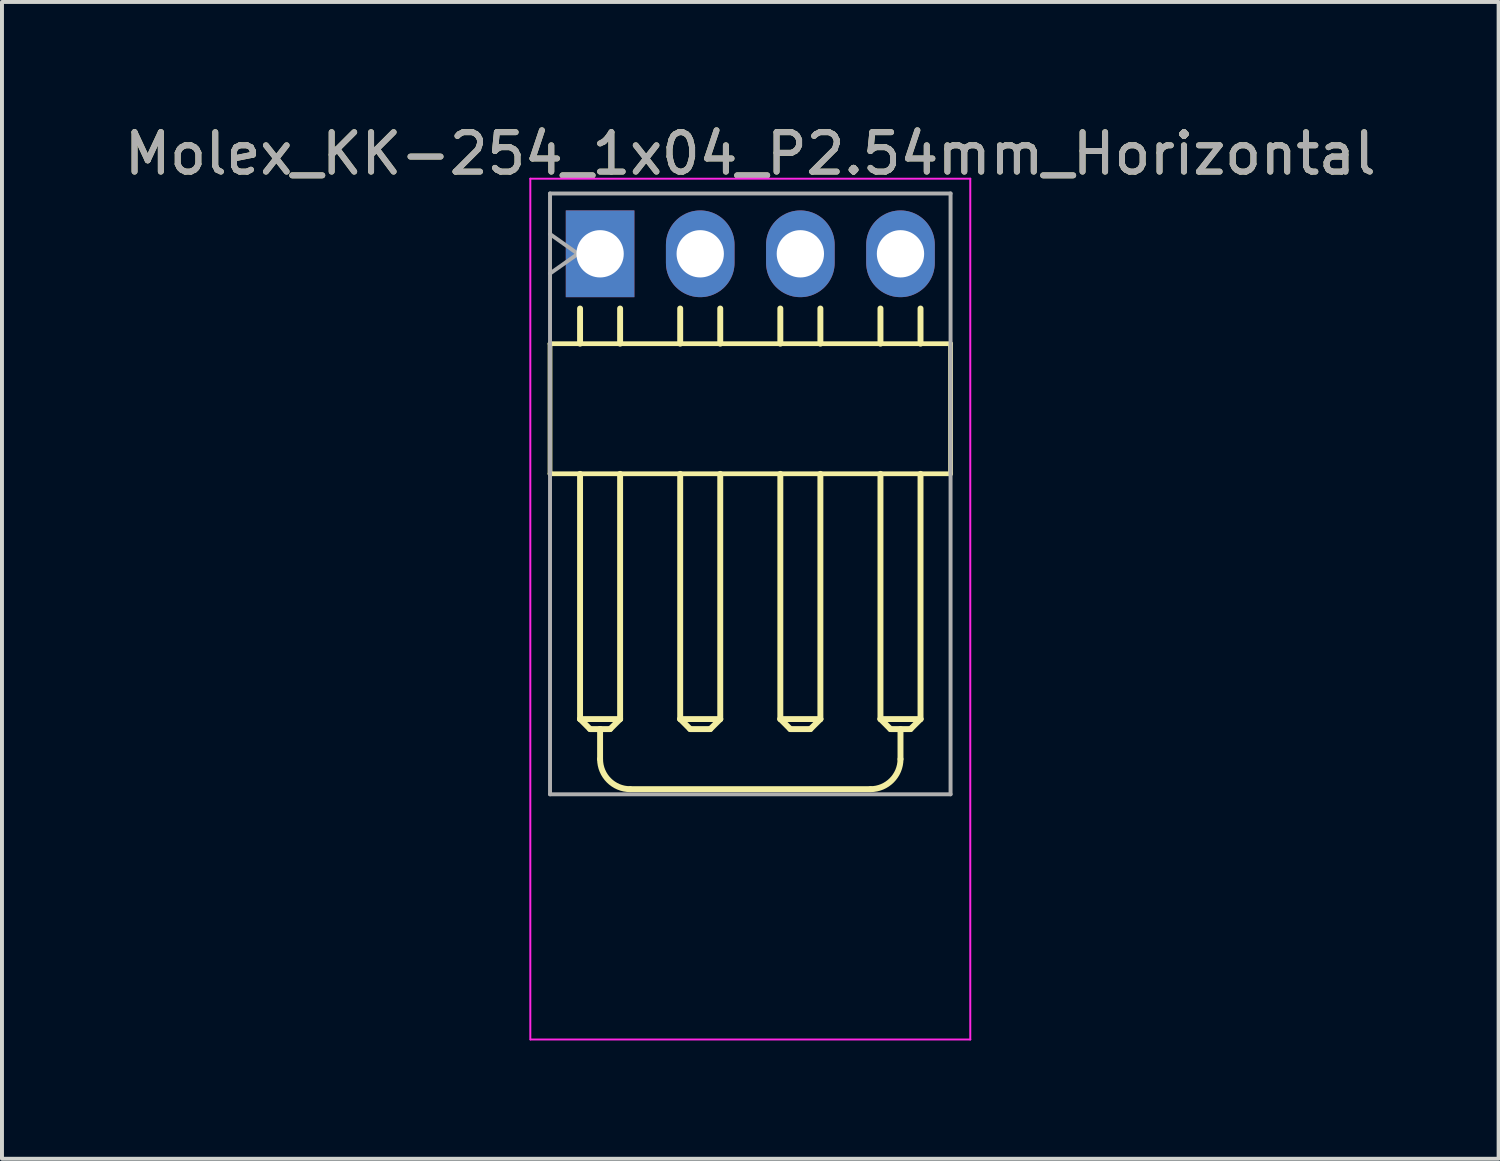
<source format=kicad_pcb>
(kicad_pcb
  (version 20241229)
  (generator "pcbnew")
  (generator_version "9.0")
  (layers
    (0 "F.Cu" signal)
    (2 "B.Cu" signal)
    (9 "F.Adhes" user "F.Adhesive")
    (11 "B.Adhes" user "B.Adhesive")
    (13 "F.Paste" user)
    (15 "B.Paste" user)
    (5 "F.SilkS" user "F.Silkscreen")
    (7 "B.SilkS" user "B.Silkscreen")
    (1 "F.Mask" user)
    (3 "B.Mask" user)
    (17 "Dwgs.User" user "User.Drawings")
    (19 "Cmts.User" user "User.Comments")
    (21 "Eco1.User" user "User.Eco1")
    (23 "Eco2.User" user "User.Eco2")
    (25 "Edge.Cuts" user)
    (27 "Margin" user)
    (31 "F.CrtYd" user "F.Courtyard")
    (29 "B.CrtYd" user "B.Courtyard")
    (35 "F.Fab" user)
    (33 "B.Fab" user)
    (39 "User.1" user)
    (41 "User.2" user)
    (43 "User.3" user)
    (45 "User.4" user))
  (footprint "Molex_KK-254_1x04_P2.54mm_Horizontal"
    (layer "F.Cu")
    (at 12.172 3.388)
    (property "Reference" "Molex_KK-254_1x04_P2.54mm_Horizontal" (at 3.81 -2.54 0) (layer "F.SilkS") (effects (font (size 1 1) (thickness 0.15))))
    (attr through_hole)
    (fp_line (start -1.27 2.28) (end -1.27 5.58) (stroke (width 0.12) (type solid)) (layer "F.SilkS"))
    (fp_line (start -1.27 2.28) (end 8.89 2.28) (stroke (width 0.12) (type solid)) (layer "F.SilkS"))
    (fp_line (start -0.508 1.388) (end -0.508 2.28) (stroke (width 0.15) (type solid)) (layer "F.SilkS"))
    (fp_line (start -0.508 11.802) (end -0.508 5.582) (stroke (width 0.15) (type solid)) (layer "F.SilkS"))
    (fp_line (start -0.508 11.802) (end 0.508 11.802) (stroke (width 0.15) (type solid)) (layer "F.SilkS"))
    (fp_line (start -0.254 12.056) (end -0.508 11.802) (stroke (width 0.15) (type solid)) (layer "F.SilkS"))
    (fp_line (start 0 12.056) (end -0.254 12.056) (stroke (width 0.15) (type solid)) (layer "F.SilkS"))
    (fp_line (start 0 12.056) (end 0 12.818) (stroke (width 0.15) (type solid)) (layer "F.SilkS"))
    (fp_line (start 0.254 12.056) (end 0 12.056) (stroke (width 0.15) (type solid)) (layer "F.SilkS"))
    (fp_line (start 0.508 2.28) (end 0.508 1.388) (stroke (width 0.15) (type solid)) (layer "F.SilkS"))
    (fp_line (start 0.508 5.582) (end 0.508 11.802) (stroke (width 0.15) (type solid)) (layer "F.SilkS"))
    (fp_line (start 0.508 11.802) (end 0.254 12.056) (stroke (width 0.15) (type solid)) (layer "F.SilkS"))
    (fp_line (start 0.762 13.58) (end 6.858 13.58) (stroke (width 0.15) (type solid)) (layer "F.SilkS"))
    (fp_line (start 2.032 2.28) (end 2.032 1.388) (stroke (width 0.15) (type solid)) (layer "F.SilkS"))
    (fp_line (start 2.032 5.582) (end 2.032 11.802) (stroke (width 0.15) (type solid)) (layer "F.SilkS"))
    (fp_line (start 2.032 11.802) (end 2.286 12.056) (stroke (width 0.15) (type solid)) (layer "F.SilkS"))
    (fp_line (start 2.286 12.056) (end 2.794 12.056) (stroke (width 0.15) (type solid)) (layer "F.SilkS"))
    (fp_line (start 2.794 12.056) (end 3.048 11.802) (stroke (width 0.15) (type solid)) (layer "F.SilkS"))
    (fp_line (start 3.048 2.28) (end 3.048 1.388) (stroke (width 0.15) (type solid)) (layer "F.SilkS"))
    (fp_line (start 3.048 11.802) (end 2.032 11.802) (stroke (width 0.15) (type solid)) (layer "F.SilkS"))
    (fp_line (start 3.048 11.802) (end 3.048 5.582) (stroke (width 0.15) (type solid)) (layer "F.SilkS"))
    (fp_line (start 4.572 2.28) (end 4.572 1.388) (stroke (width 0.15) (type solid)) (layer "F.SilkS"))
    (fp_line (start 4.572 5.582) (end 4.572 11.802) (stroke (width 0.15) (type solid)) (layer "F.SilkS"))
    (fp_line (start 4.572 11.802) (end 4.826 12.056) (stroke (width 0.15) (type solid)) (layer "F.SilkS"))
    (fp_line (start 4.826 12.056) (end 5.334 12.056) (stroke (width 0.15) (type solid)) (layer "F.SilkS"))
    (fp_line (start 5.334 12.056) (end 5.588 11.802) (stroke (width 0.15) (type solid)) (layer "F.SilkS"))
    (fp_line (start 5.588 2.28) (end 5.588 1.388) (stroke (width 0.15) (type solid)) (layer "F.SilkS"))
    (fp_line (start 5.588 11.802) (end 4.572 11.802) (stroke (width 0.15) (type solid)) (layer "F.SilkS"))
    (fp_line (start 5.588 11.802) (end 5.588 5.582) (stroke (width 0.15) (type solid)) (layer "F.SilkS"))
    (fp_line (start 7.112 2.28) (end 7.112 1.388) (stroke (width 0.15) (type solid)) (layer "F.SilkS"))
    (fp_line (start 7.112 5.582) (end 7.112 11.802) (stroke (width 0.15) (type solid)) (layer "F.SilkS"))
    (fp_line (start 7.112 11.802) (end 7.366 12.056) (stroke (width 0.15) (type solid)) (layer "F.SilkS"))
    (fp_line (start 7.366 12.056) (end 7.874 12.056) (stroke (width 0.15) (type solid)) (layer "F.SilkS"))
    (fp_line (start 7.62 12.056) (end 7.62 12.818) (stroke (width 0.15) (type solid)) (layer "F.SilkS"))
    (fp_line (start 7.874 12.056) (end 8.128 11.802) (stroke (width 0.15) (type solid)) (layer "F.SilkS"))
    (fp_line (start 8.128 2.28) (end 8.128 1.388) (stroke (width 0.15) (type solid)) (layer "F.SilkS"))
    (fp_line (start 8.128 11.802) (end 7.112 11.802) (stroke (width 0.15) (type solid)) (layer "F.SilkS"))
    (fp_line (start 8.128 11.802) (end 8.128 5.582) (stroke (width 0.15) (type solid)) (layer "F.SilkS"))
    (fp_line (start 8.89 2.28) (end 8.89 5.58) (stroke (width 0.12) (type solid)) (layer "F.SilkS"))
    (fp_line (start 8.89 5.58) (end -1.27 5.58) (stroke (width 0.12) (type solid)) (layer "F.SilkS"))
    (fp_arc (start 0.762 13.58) (mid 0.223185 13.356815) (end 0 12.818) (stroke (width 0.15) (type solid)) (layer "F.SilkS"))
    (fp_arc (start 7.62 12.818) (mid 7.396815 13.356815) (end 6.858 13.58) (stroke (width 0.15) (type solid)) (layer "F.SilkS"))
    (fp_line (start -1.77 -1.905) (end -1.77 19.93) (stroke (width 0.05) (type solid)) (layer "F.CrtYd"))
    (fp_line (start -1.762 19.93) (end 9.39 19.93) (stroke (width 0.05) (type solid)) (layer "F.CrtYd"))
    (fp_line (start 9.39 -1.905) (end -1.77 -1.905) (stroke (width 0.05) (type solid)) (layer "F.CrtYd"))
    (fp_line (start 9.39 19.93) (end 9.39 -1.905) (stroke (width 0.05) (type solid)) (layer "F.CrtYd"))
    (fp_line (start -1.27 -1.53) (end -1.27 13.71) (stroke (width 0.1) (type solid)) (layer "F.Fab"))
    (fp_line (start -1.27 -0.5) (end -0.563 0) (stroke (width 0.1) (type solid)) (layer "F.Fab"))
    (fp_line (start -1.27 13.71) (end 8.89 13.71) (stroke (width 0.1) (type solid)) (layer "F.Fab"))
    (fp_line (start -0.563 0) (end -1.27 0.5) (stroke (width 0.1) (type solid)) (layer "F.Fab"))
    (fp_line (start 8.89 -1.53) (end -1.27 -1.53) (stroke (width 0.1) (type solid)) (layer "F.Fab"))
    (fp_line (start 8.89 13.71) (end 8.89 -1.53) (stroke (width 0.1) (type solid)) (layer "F.Fab"))
    (fp_text user "${REFERENCE}" (at 3.81 -2.54 0) (layer "F.Fab") (effects (font (size 1 1) (thickness 0.15))))
    (pad "1" thru_hole rect (at 0 0) (size 1.74 2.2) (drill 1.2) (layers "*.Cu" "*.Mask"))
    (pad "2" thru_hole oval (at 2.54 0) (size 1.74 2.2) (drill 1.2) (layers "*.Cu" "*.Mask"))
    (pad "3" thru_hole oval (at 5.08 0) (size 1.74 2.2) (drill 1.2) (layers "*.Cu" "*.Mask"))
    (pad "4" thru_hole oval (at 7.62 0) (size 1.74 2.2) (drill 1.2) (layers "*.Cu" "*.Mask")))
  (gr_rect
    (start -3 -3)
    (end 34.964 26.343)
    (stroke (width 0.1) (type default))
    (fill no)
    (layer "Edge.Cuts")))
</source>
